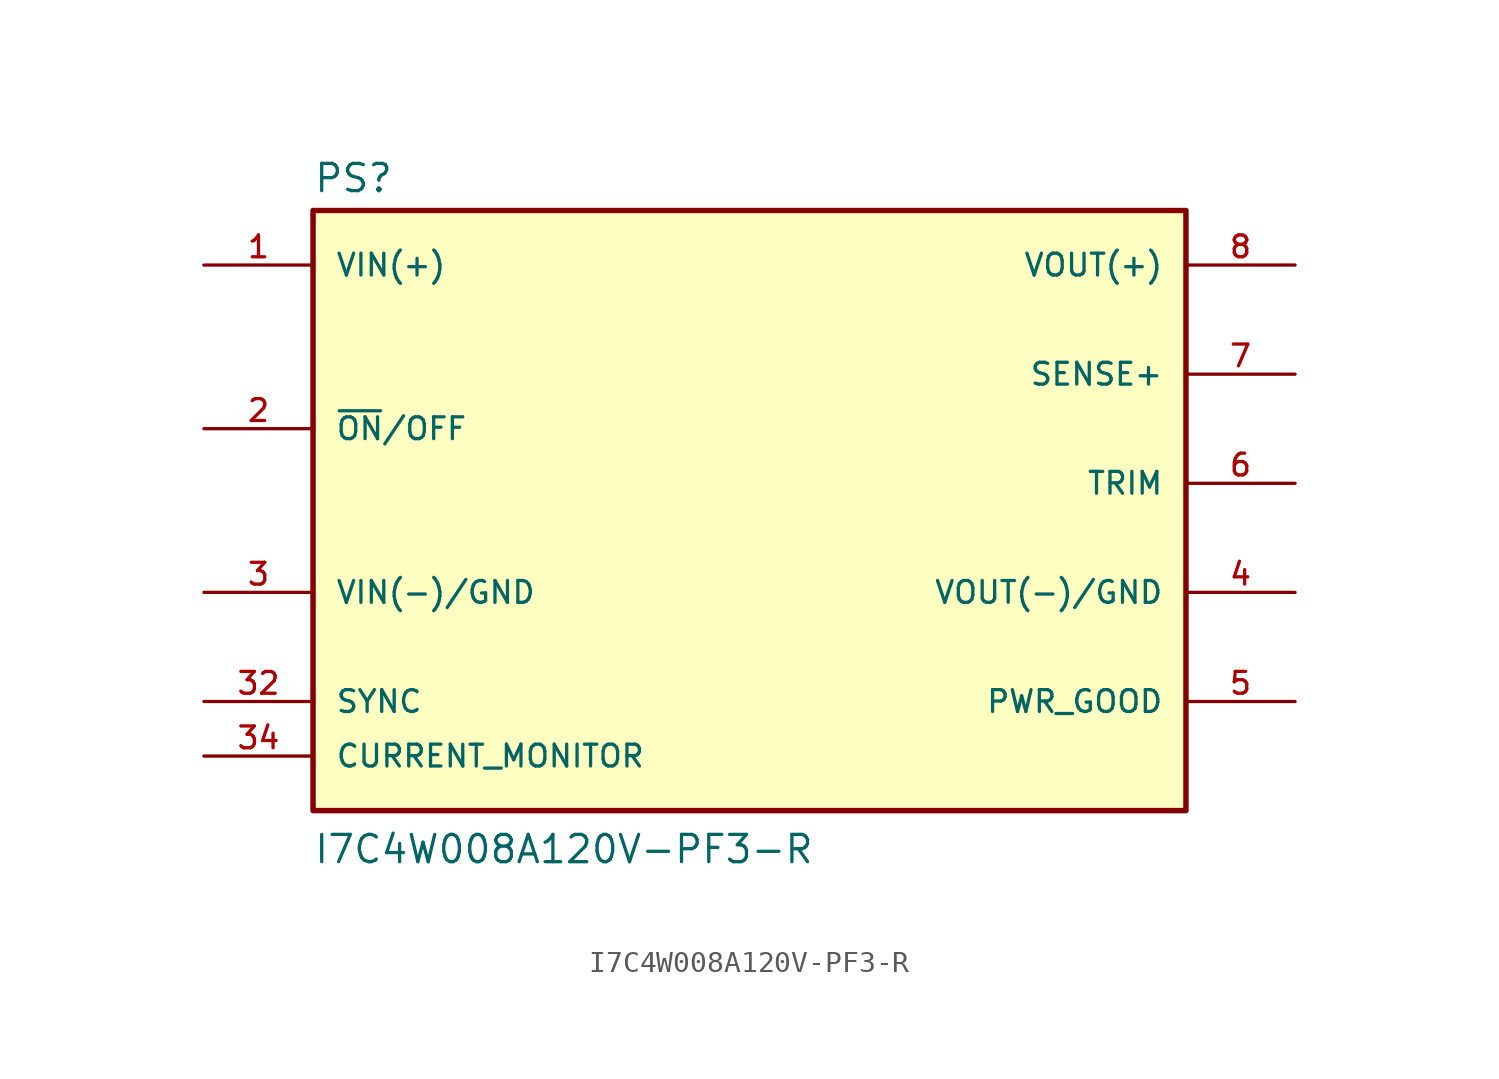
<source format=kicad_sym>
(kicad_symbol_lib
  (version 20211014)
  (generator kicad_symbol_editor)
  (symbol "I7C4W008A120V-PF3-R"
    (pin_names
      (offset 1.016))
    (property "Reference" "PS"
      (at -20.32 13.462 0)
      (effects (font (size 1.27 1.27)) (justify bottom left)))
    (property "Value" "I7C4W008A120V-PF3-R"
      (at -20.32 -17.78 0)
      (effects (font (size 1.27 1.27)) (justify bottom left)))
    (symbol "I7C4W008A120V-PF3-R_0_0"
      (rectangle (start -20.32 -15.24) (end 20.32 12.7) (stroke (width 0.254)) (fill (type background)))
      (pin input line (at -25.4 10.16 0) (length 5.08) (name "VIN(+)" (effects (font (size 1.016 1.016)))) (number "1" (effects (font (size 1.016 1.016)))))
      (pin input line (at -25.4 2.54 0) (length 5.08) (name "~{ON}/OFF" (effects (font (size 1.016 1.016)))) (number "2" (effects (font (size 1.016 1.016)))))
      (pin input line (at -25.4 -5.08 0) (length 5.08) (name "VIN(-)/GND" (effects (font (size 1.016 1.016)))) (number "3" (effects (font (size 1.016 1.016)))))
      (pin output line (at 25.4 -5.08 180.0) (length 5.08) (name "VOUT(-)/GND" (effects (font (size 1.016 1.016)))) (number "4" (effects (font (size 1.016 1.016)))))
      (pin passive line (at 25.4 0.0 180.0) (length 5.08) (name "TRIM" (effects (font (size 1.016 1.016)))) (number "6" (effects (font (size 1.016 1.016)))))
      (pin output line (at 25.4 10.16 180.0) (length 5.08) (name "VOUT(+)" (effects (font (size 1.016 1.016)))) (number "8" (effects (font (size 1.016 1.016)))))
      (pin input line (at 25.4 5.08 180.0) (length 5.08) (name "SENSE+" (effects (font (size 1.016 1.016)))) (number "7" (effects (font (size 1.016 1.016)))))
      (pin output line (at 25.4 -10.16 180.0) (length 5.08) (name "PWR_GOOD" (effects (font (size 1.016 1.016)))) (number "5" (effects (font (size 1.016 1.016)))))
      (pin input line (at -25.4 -10.16 0) (length 5.08) (name "SYNC" (effects (font (size 1.016 1.016)))) (number "32" (effects (font (size 1.016 1.016)))))
      (pin input line (at -25.4 -12.7 0) (length 5.08) (name "CURRENT_MONITOR" (effects (font (size 1.016 1.016)))) (number "34" (effects (font (size 1.016 1.016))))))))
</source>
